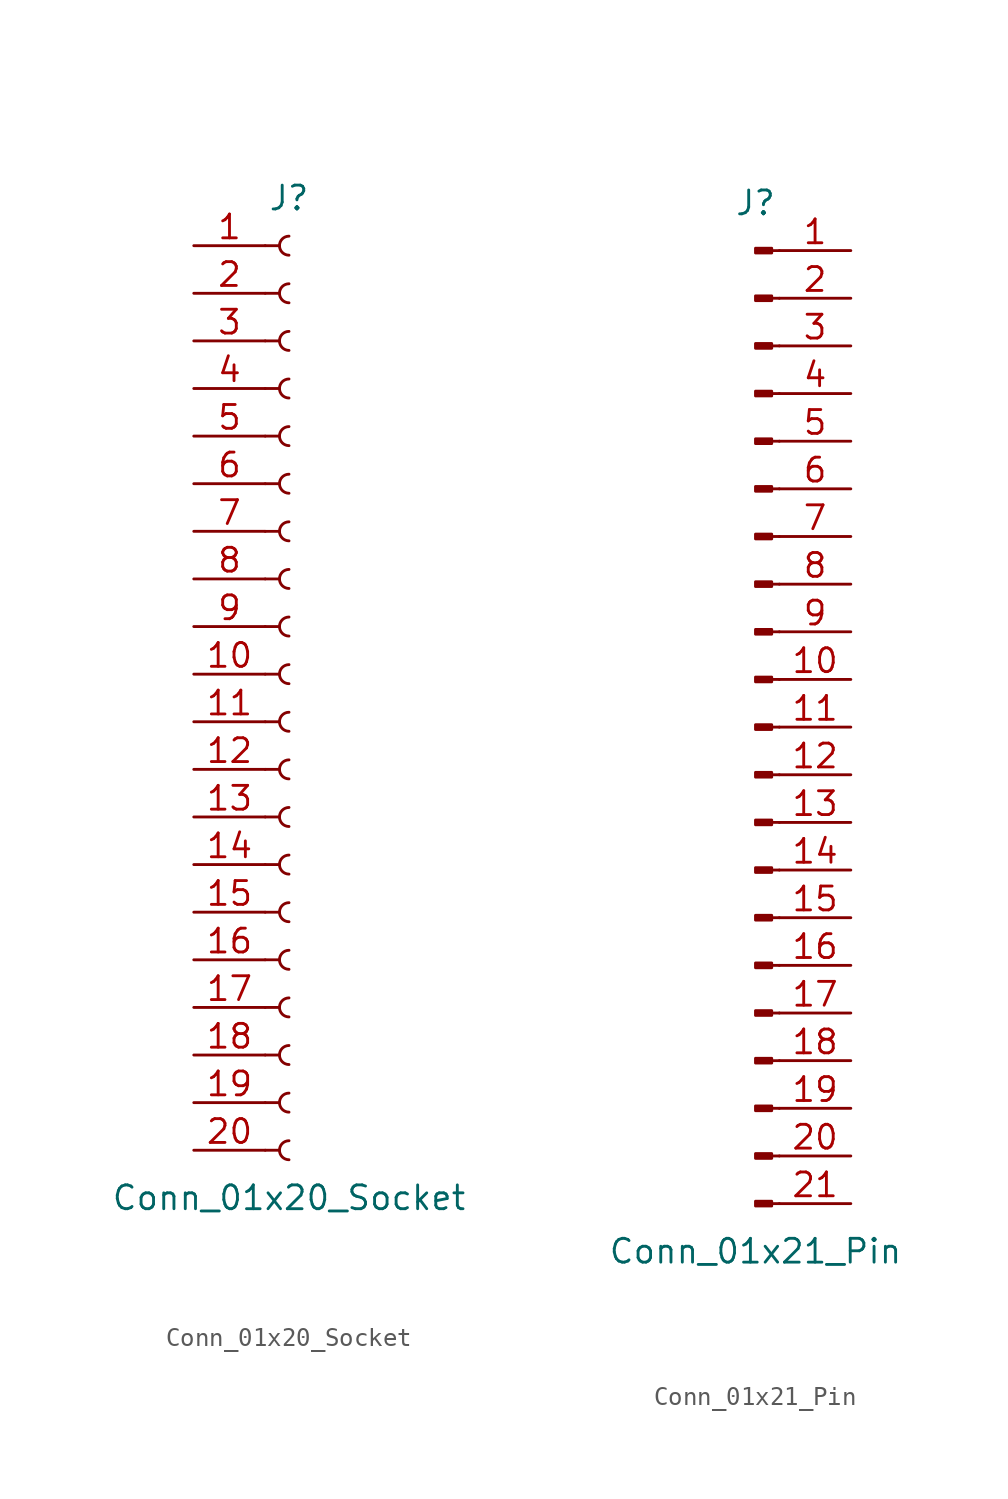
<source format=kicad_sym>
(kicad_symbol_lib
  (version 20220914)
  (generator kicad_symbol_editor)
  (symbol "Conn_01x20_Socket"
    (pin_names
      (offset 1.016) hide)
    (property "Reference" "J"
      (at 0 25.4 0)
      (effects (font (size 1.27 1.27))))
    (property "Value" "Conn_01x20_Socket"
      (at 0 -27.94 0)
      (effects (font (size 1.27 1.27))))
    (property "ki_locked" ""
      (at 0 0 0)
      (effects (font (size 1.27 1.27))))
    (symbol "Conn_01x20_Socket_1_1"
      (arc (start 0 -24.892) (mid -0.5058 -25.4) (end 0 -25.908) (stroke (width 0.1524) (type default)) (fill (type none)))
      (arc (start 0 -22.352) (mid -0.5058 -22.86) (end 0 -23.368) (stroke (width 0.1524) (type default)) (fill (type none)))
      (arc (start 0 -19.812) (mid -0.5058 -20.32) (end 0 -20.828) (stroke (width 0.1524) (type default)) (fill (type none)))
      (arc (start 0 -17.272) (mid -0.5058 -17.78) (end 0 -18.288) (stroke (width 0.1524) (type default)) (fill (type none)))
      (arc (start 0 -14.732) (mid -0.5058 -15.24) (end 0 -15.748) (stroke (width 0.1524) (type default)) (fill (type none)))
      (arc (start 0 -12.192) (mid -0.5058 -12.7) (end 0 -13.208) (stroke (width 0.1524) (type default)) (fill (type none)))
      (arc (start 0 -9.652) (mid -0.5058 -10.16) (end 0 -10.668) (stroke (width 0.1524) (type default)) (fill (type none)))
      (arc (start 0 -7.112) (mid -0.5058 -7.62) (end 0 -8.128) (stroke (width 0.1524) (type default)) (fill (type none)))
      (arc (start 0 -4.572) (mid -0.5058 -5.08) (end 0 -5.588) (stroke (width 0.1524) (type default)) (fill (type none)))
      (arc (start 0 -2.032) (mid -0.5058 -2.54) (end 0 -3.048) (stroke (width 0.1524) (type default)) (fill (type none)))
      (polyline (pts (xy -1.27 -25.4) (xy -0.508 -25.4)) (stroke (width 0.152) (type default)) (fill (type none)))
      (polyline (pts (xy -1.27 -22.86) (xy -0.508 -22.86)) (stroke (width 0.152) (type default)) (fill (type none)))
      (polyline (pts (xy -1.27 -20.32) (xy -0.508 -20.32)) (stroke (width 0.152) (type default)) (fill (type none)))
      (polyline (pts (xy -1.27 -17.78) (xy -0.508 -17.78)) (stroke (width 0.152) (type default)) (fill (type none)))
      (polyline (pts (xy -1.27 -15.24) (xy -0.508 -15.24)) (stroke (width 0.152) (type default)) (fill (type none)))
      (polyline (pts (xy -1.27 -12.7) (xy -0.508 -12.7)) (stroke (width 0.152) (type default)) (fill (type none)))
      (polyline (pts (xy -1.27 -10.16) (xy -0.508 -10.16)) (stroke (width 0.152) (type default)) (fill (type none)))
      (polyline (pts (xy -1.27 -7.62) (xy -0.508 -7.62)) (stroke (width 0.152) (type default)) (fill (type none)))
      (polyline (pts (xy -1.27 -5.08) (xy -0.508 -5.08)) (stroke (width 0.152) (type default)) (fill (type none)))
      (polyline (pts (xy -1.27 -2.54) (xy -0.508 -2.54)) (stroke (width 0.152) (type default)) (fill (type none)))
      (polyline (pts (xy -1.27 0) (xy -0.508 0)) (stroke (width 0.152) (type default)) (fill (type none)))
      (polyline (pts (xy -1.27 2.54) (xy -0.508 2.54)) (stroke (width 0.152) (type default)) (fill (type none)))
      (polyline (pts (xy -1.27 5.08) (xy -0.508 5.08)) (stroke (width 0.152) (type default)) (fill (type none)))
      (polyline (pts (xy -1.27 7.62) (xy -0.508 7.62)) (stroke (width 0.152) (type default)) (fill (type none)))
      (polyline (pts (xy -1.27 10.16) (xy -0.508 10.16)) (stroke (width 0.152) (type default)) (fill (type none)))
      (polyline (pts (xy -1.27 12.7) (xy -0.508 12.7)) (stroke (width 0.152) (type default)) (fill (type none)))
      (polyline (pts (xy -1.27 15.24) (xy -0.508 15.24)) (stroke (width 0.152) (type default)) (fill (type none)))
      (polyline (pts (xy -1.27 17.78) (xy -0.508 17.78)) (stroke (width 0.152) (type default)) (fill (type none)))
      (polyline (pts (xy -1.27 20.32) (xy -0.508 20.32)) (stroke (width 0.152) (type default)) (fill (type none)))
      (polyline (pts (xy -1.27 22.86) (xy -0.508 22.86)) (stroke (width 0.152) (type default)) (fill (type none)))
      (arc (start 0 0.508) (mid -0.5058 0) (end 0 -0.508) (stroke (width 0.1524) (type default)) (fill (type none)))
      (arc (start 0 3.048) (mid -0.5058 2.54) (end 0 2.032) (stroke (width 0.1524) (type default)) (fill (type none)))
      (arc (start 0 5.588) (mid -0.5058 5.08) (end 0 4.572) (stroke (width 0.1524) (type default)) (fill (type none)))
      (arc (start 0 8.128) (mid -0.5058 7.62) (end 0 7.112) (stroke (width 0.1524) (type default)) (fill (type none)))
      (arc (start 0 10.668) (mid -0.5058 10.16) (end 0 9.652) (stroke (width 0.1524) (type default)) (fill (type none)))
      (arc (start 0 13.208) (mid -0.5058 12.7) (end 0 12.192) (stroke (width 0.1524) (type default)) (fill (type none)))
      (arc (start 0 15.748) (mid -0.5058 15.24) (end 0 14.732) (stroke (width 0.1524) (type default)) (fill (type none)))
      (arc (start 0 18.288) (mid -0.5058 17.78) (end 0 17.272) (stroke (width 0.1524) (type default)) (fill (type none)))
      (arc (start 0 20.828) (mid -0.5058 20.32) (end 0 19.812) (stroke (width 0.1524) (type default)) (fill (type none)))
      (arc (start 0 23.368) (mid -0.5058 22.86) (end 0 22.352) (stroke (width 0.1524) (type default)) (fill (type none)))
      (pin passive line (at -5.08 22.86 0) (length 3.81) (name "Pin_1" (effects (font (size 1.27 1.27)))) (number "1" (effects (font (size 1.27 1.27)))))
      (pin passive line (at -5.08 0 0) (length 3.81) (name "Pin_10" (effects (font (size 1.27 1.27)))) (number "10" (effects (font (size 1.27 1.27)))))
      (pin passive line (at -5.08 -2.54 0) (length 3.81) (name "Pin_11" (effects (font (size 1.27 1.27)))) (number "11" (effects (font (size 1.27 1.27)))))
      (pin passive line (at -5.08 -5.08 0) (length 3.81) (name "Pin_12" (effects (font (size 1.27 1.27)))) (number "12" (effects (font (size 1.27 1.27)))))
      (pin passive line (at -5.08 -7.62 0) (length 3.81) (name "Pin_13" (effects (font (size 1.27 1.27)))) (number "13" (effects (font (size 1.27 1.27)))))
      (pin passive line (at -5.08 -10.16 0) (length 3.81) (name "Pin_14" (effects (font (size 1.27 1.27)))) (number "14" (effects (font (size 1.27 1.27)))))
      (pin passive line (at -5.08 -12.7 0) (length 3.81) (name "Pin_15" (effects (font (size 1.27 1.27)))) (number "15" (effects (font (size 1.27 1.27)))))
      (pin passive line (at -5.08 -15.24 0) (length 3.81) (name "Pin_16" (effects (font (size 1.27 1.27)))) (number "16" (effects (font (size 1.27 1.27)))))
      (pin passive line (at -5.08 -17.78 0) (length 3.81) (name "Pin_17" (effects (font (size 1.27 1.27)))) (number "17" (effects (font (size 1.27 1.27)))))
      (pin passive line (at -5.08 -20.32 0) (length 3.81) (name "Pin_18" (effects (font (size 1.27 1.27)))) (number "18" (effects (font (size 1.27 1.27)))))
      (pin passive line (at -5.08 -22.86 0) (length 3.81) (name "Pin_19" (effects (font (size 1.27 1.27)))) (number "19" (effects (font (size 1.27 1.27)))))
      (pin passive line (at -5.08 20.32 0) (length 3.81) (name "Pin_2" (effects (font (size 1.27 1.27)))) (number "2" (effects (font (size 1.27 1.27)))))
      (pin passive line (at -5.08 -25.4 0) (length 3.81) (name "Pin_20" (effects (font (size 1.27 1.27)))) (number "20" (effects (font (size 1.27 1.27)))))
      (pin passive line (at -5.08 17.78 0) (length 3.81) (name "Pin_3" (effects (font (size 1.27 1.27)))) (number "3" (effects (font (size 1.27 1.27)))))
      (pin passive line (at -5.08 15.24 0) (length 3.81) (name "Pin_4" (effects (font (size 1.27 1.27)))) (number "4" (effects (font (size 1.27 1.27)))))
      (pin passive line (at -5.08 12.7 0) (length 3.81) (name "Pin_5" (effects (font (size 1.27 1.27)))) (number "5" (effects (font (size 1.27 1.27)))))
      (pin passive line (at -5.08 10.16 0) (length 3.81) (name "Pin_6" (effects (font (size 1.27 1.27)))) (number "6" (effects (font (size 1.27 1.27)))))
      (pin passive line (at -5.08 7.62 0) (length 3.81) (name "Pin_7" (effects (font (size 1.27 1.27)))) (number "7" (effects (font (size 1.27 1.27)))))
      (pin passive line (at -5.08 5.08 0) (length 3.81) (name "Pin_8" (effects (font (size 1.27 1.27)))) (number "8" (effects (font (size 1.27 1.27)))))
      (pin passive line (at -5.08 2.54 0) (length 3.81) (name "Pin_9" (effects (font (size 1.27 1.27)))) (number "9" (effects (font (size 1.27 1.27)))))))
  (symbol "Conn_01x21_Pin"
    (pin_names
      (offset 1.016) hide)
    (property "Reference" "J"
      (at 0 27.94 0)
      (effects (font (size 1.27 1.27))))
    (property "Value" "Conn_01x21_Pin"
      (at 0 -27.94 0)
      (effects (font (size 1.27 1.27))))
    (property "ki_locked" ""
      (at 0 0 0)
      (effects (font (size 1.27 1.27))))
    (symbol "Conn_01x21_Pin_1_1"
      (polyline (pts (xy 1.27 -25.4) (xy 0.864 -25.4)) (stroke (width 0.152) (type default)) (fill (type none)))
      (polyline (pts (xy 1.27 -22.86) (xy 0.864 -22.86)) (stroke (width 0.152) (type default)) (fill (type none)))
      (polyline (pts (xy 1.27 -20.32) (xy 0.864 -20.32)) (stroke (width 0.152) (type default)) (fill (type none)))
      (polyline (pts (xy 1.27 -17.78) (xy 0.864 -17.78)) (stroke (width 0.152) (type default)) (fill (type none)))
      (polyline (pts (xy 1.27 -15.24) (xy 0.864 -15.24)) (stroke (width 0.152) (type default)) (fill (type none)))
      (polyline (pts (xy 1.27 -12.7) (xy 0.864 -12.7)) (stroke (width 0.152) (type default)) (fill (type none)))
      (polyline (pts (xy 1.27 -10.16) (xy 0.864 -10.16)) (stroke (width 0.152) (type default)) (fill (type none)))
      (polyline (pts (xy 1.27 -7.62) (xy 0.864 -7.62)) (stroke (width 0.152) (type default)) (fill (type none)))
      (polyline (pts (xy 1.27 -5.08) (xy 0.864 -5.08)) (stroke (width 0.152) (type default)) (fill (type none)))
      (polyline (pts (xy 1.27 -2.54) (xy 0.864 -2.54)) (stroke (width 0.152) (type default)) (fill (type none)))
      (polyline (pts (xy 1.27 0) (xy 0.864 0)) (stroke (width 0.152) (type default)) (fill (type none)))
      (polyline (pts (xy 1.27 2.54) (xy 0.864 2.54)) (stroke (width 0.152) (type default)) (fill (type none)))
      (polyline (pts (xy 1.27 5.08) (xy 0.864 5.08)) (stroke (width 0.152) (type default)) (fill (type none)))
      (polyline (pts (xy 1.27 7.62) (xy 0.864 7.62)) (stroke (width 0.152) (type default)) (fill (type none)))
      (polyline (pts (xy 1.27 10.16) (xy 0.864 10.16)) (stroke (width 0.152) (type default)) (fill (type none)))
      (polyline (pts (xy 1.27 12.7) (xy 0.864 12.7)) (stroke (width 0.152) (type default)) (fill (type none)))
      (polyline (pts (xy 1.27 15.24) (xy 0.864 15.24)) (stroke (width 0.152) (type default)) (fill (type none)))
      (polyline (pts (xy 1.27 17.78) (xy 0.864 17.78)) (stroke (width 0.152) (type default)) (fill (type none)))
      (polyline (pts (xy 1.27 20.32) (xy 0.864 20.32)) (stroke (width 0.152) (type default)) (fill (type none)))
      (polyline (pts (xy 1.27 22.86) (xy 0.864 22.86)) (stroke (width 0.152) (type default)) (fill (type none)))
      (polyline (pts (xy 1.27 25.4) (xy 0.864 25.4)) (stroke (width 0.152) (type default)) (fill (type none)))
      (rectangle (start 0.864 -25.273) (end 0 -25.527) (stroke (width 0.152) (type default)) (fill (type outline)))
      (rectangle (start 0.864 -22.733) (end 0 -22.987) (stroke (width 0.152) (type default)) (fill (type outline)))
      (rectangle (start 0.864 -20.193) (end 0 -20.447) (stroke (width 0.152) (type default)) (fill (type outline)))
      (rectangle (start 0.864 -17.653) (end 0 -17.907) (stroke (width 0.152) (type default)) (fill (type outline)))
      (rectangle (start 0.864 -15.113) (end 0 -15.367) (stroke (width 0.152) (type default)) (fill (type outline)))
      (rectangle (start 0.864 -12.573) (end 0 -12.827) (stroke (width 0.152) (type default)) (fill (type outline)))
      (rectangle (start 0.864 -10.033) (end 0 -10.287) (stroke (width 0.152) (type default)) (fill (type outline)))
      (rectangle (start 0.864 -7.493) (end 0 -7.747) (stroke (width 0.152) (type default)) (fill (type outline)))
      (rectangle (start 0.864 -4.953) (end 0 -5.207) (stroke (width 0.152) (type default)) (fill (type outline)))
      (rectangle (start 0.864 -2.413) (end 0 -2.667) (stroke (width 0.152) (type default)) (fill (type outline)))
      (rectangle (start 0.864 0.127) (end 0 -0.127) (stroke (width 0.152) (type default)) (fill (type outline)))
      (rectangle (start 0.864 2.667) (end 0 2.413) (stroke (width 0.152) (type default)) (fill (type outline)))
      (rectangle (start 0.864 5.207) (end 0 4.953) (stroke (width 0.152) (type default)) (fill (type outline)))
      (rectangle (start 0.864 7.747) (end 0 7.493) (stroke (width 0.152) (type default)) (fill (type outline)))
      (rectangle (start 0.864 10.287) (end 0 10.033) (stroke (width 0.152) (type default)) (fill (type outline)))
      (rectangle (start 0.864 12.827) (end 0 12.573) (stroke (width 0.152) (type default)) (fill (type outline)))
      (rectangle (start 0.864 15.367) (end 0 15.113) (stroke (width 0.152) (type default)) (fill (type outline)))
      (rectangle (start 0.864 17.907) (end 0 17.653) (stroke (width 0.152) (type default)) (fill (type outline)))
      (rectangle (start 0.864 20.447) (end 0 20.193) (stroke (width 0.152) (type default)) (fill (type outline)))
      (rectangle (start 0.864 22.987) (end 0 22.733) (stroke (width 0.152) (type default)) (fill (type outline)))
      (rectangle (start 0.864 25.527) (end 0 25.273) (stroke (width 0.152) (type default)) (fill (type outline)))
      (pin passive line (at 5.08 25.4 180) (length 3.81) (name "Pin_1" (effects (font (size 1.27 1.27)))) (number "1" (effects (font (size 1.27 1.27)))))
      (pin passive line (at 5.08 2.54 180) (length 3.81) (name "Pin_10" (effects (font (size 1.27 1.27)))) (number "10" (effects (font (size 1.27 1.27)))))
      (pin passive line (at 5.08 0 180) (length 3.81) (name "Pin_11" (effects (font (size 1.27 1.27)))) (number "11" (effects (font (size 1.27 1.27)))))
      (pin passive line (at 5.08 -2.54 180) (length 3.81) (name "Pin_12" (effects (font (size 1.27 1.27)))) (number "12" (effects (font (size 1.27 1.27)))))
      (pin passive line (at 5.08 -5.08 180) (length 3.81) (name "Pin_13" (effects (font (size 1.27 1.27)))) (number "13" (effects (font (size 1.27 1.27)))))
      (pin passive line (at 5.08 -7.62 180) (length 3.81) (name "Pin_14" (effects (font (size 1.27 1.27)))) (number "14" (effects (font (size 1.27 1.27)))))
      (pin passive line (at 5.08 -10.16 180) (length 3.81) (name "Pin_15" (effects (font (size 1.27 1.27)))) (number "15" (effects (font (size 1.27 1.27)))))
      (pin passive line (at 5.08 -12.7 180) (length 3.81) (name "Pin_16" (effects (font (size 1.27 1.27)))) (number "16" (effects (font (size 1.27 1.27)))))
      (pin passive line (at 5.08 -15.24 180) (length 3.81) (name "Pin_17" (effects (font (size 1.27 1.27)))) (number "17" (effects (font (size 1.27 1.27)))))
      (pin passive line (at 5.08 -17.78 180) (length 3.81) (name "Pin_18" (effects (font (size 1.27 1.27)))) (number "18" (effects (font (size 1.27 1.27)))))
      (pin passive line (at 5.08 -20.32 180) (length 3.81) (name "Pin_19" (effects (font (size 1.27 1.27)))) (number "19" (effects (font (size 1.27 1.27)))))
      (pin passive line (at 5.08 22.86 180) (length 3.81) (name "Pin_2" (effects (font (size 1.27 1.27)))) (number "2" (effects (font (size 1.27 1.27)))))
      (pin passive line (at 5.08 -22.86 180) (length 3.81) (name "Pin_20" (effects (font (size 1.27 1.27)))) (number "20" (effects (font (size 1.27 1.27)))))
      (pin passive line (at 5.08 -25.4 180) (length 3.81) (name "Pin_21" (effects (font (size 1.27 1.27)))) (number "21" (effects (font (size 1.27 1.27)))))
      (pin passive line (at 5.08 20.32 180) (length 3.81) (name "Pin_3" (effects (font (size 1.27 1.27)))) (number "3" (effects (font (size 1.27 1.27)))))
      (pin passive line (at 5.08 17.78 180) (length 3.81) (name "Pin_4" (effects (font (size 1.27 1.27)))) (number "4" (effects (font (size 1.27 1.27)))))
      (pin passive line (at 5.08 15.24 180) (length 3.81) (name "Pin_5" (effects (font (size 1.27 1.27)))) (number "5" (effects (font (size 1.27 1.27)))))
      (pin passive line (at 5.08 12.7 180) (length 3.81) (name "Pin_6" (effects (font (size 1.27 1.27)))) (number "6" (effects (font (size 1.27 1.27)))))
      (pin passive line (at 5.08 10.16 180) (length 3.81) (name "Pin_7" (effects (font (size 1.27 1.27)))) (number "7" (effects (font (size 1.27 1.27)))))
      (pin passive line (at 5.08 7.62 180) (length 3.81) (name "Pin_8" (effects (font (size 1.27 1.27)))) (number "8" (effects (font (size 1.27 1.27)))))
      (pin passive line (at 5.08 5.08 180) (length 3.81) (name "Pin_9" (effects (font (size 1.27 1.27)))) (number "9" (effects (font (size 1.27 1.27))))))))
</source>
